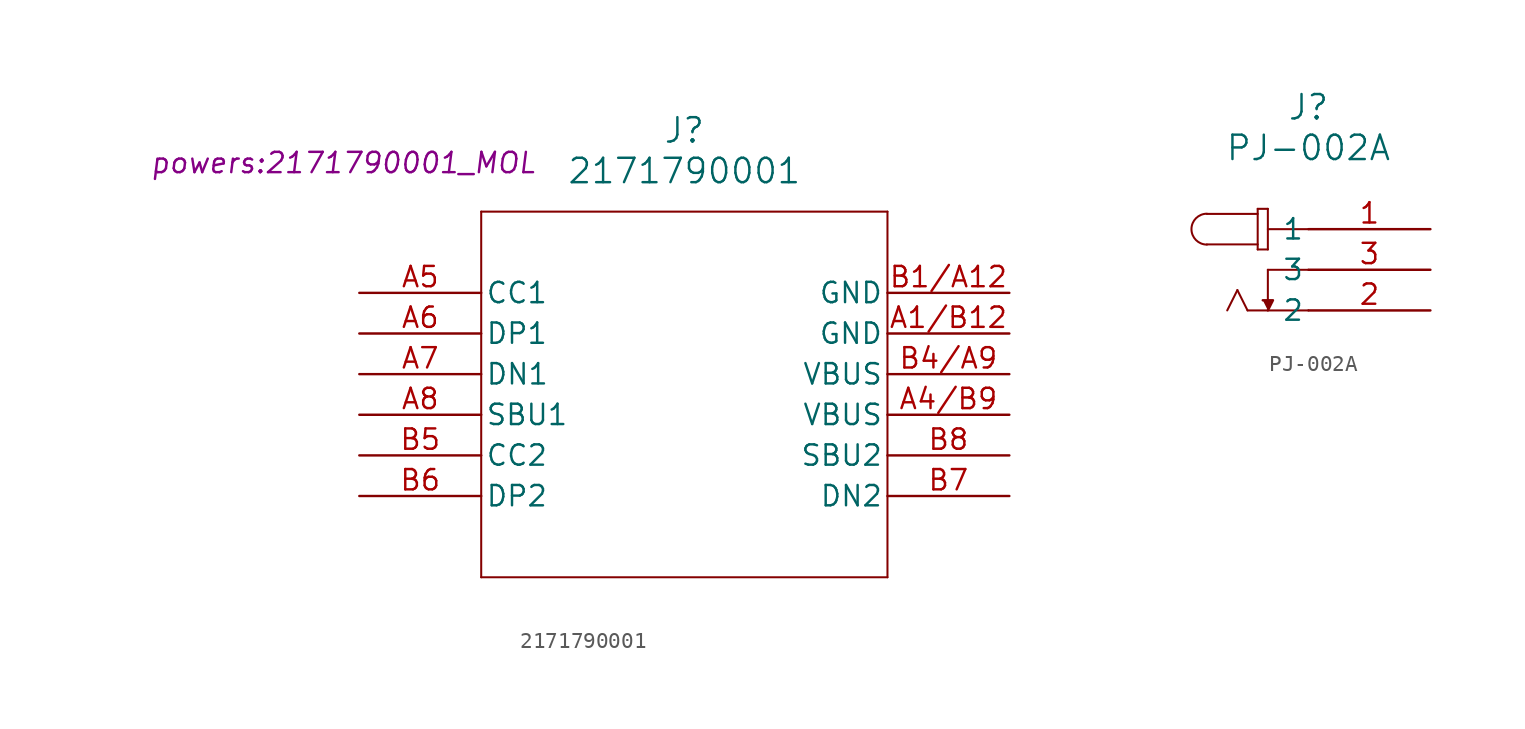
<source format=kicad_sym>
(kicad_symbol_lib
  (version 20231120)
  (generator "kicad_symbol_editor")
  (generator_version "8.0")
  (symbol "2171790001"
    (pin_names
      (offset 0.254))
    (property "Reference" "J"
      (at 20.32 10.16 0)
      (effects (font (size 1.524 1.524))))
    (property "Value" "2171790001"
      (at 20.32 7.62 0)
      (effects (font (size 1.524 1.524))))
    (property "Footprint" "powers:2171790001_MOL"
      (at -1.016 8.128 0)
      (effects (font (size 1.27 1.27) (italic yes))))
    (symbol "2171790001_0_1"
      (polyline (pts (xy 7.62 -17.78) (xy 33.02 -17.78)) (stroke (width 0.127) (type default)) (fill (type none)))
      (polyline (pts (xy 7.62 5.08) (xy 7.62 -17.78)) (stroke (width 0.127) (type default)) (fill (type none)))
      (polyline (pts (xy 33.02 -17.78) (xy 33.02 5.08)) (stroke (width 0.127) (type default)) (fill (type none)))
      (polyline (pts (xy 33.02 5.08) (xy 7.62 5.08)) (stroke (width 0.127) (type default)) (fill (type none)))
      (pin power_out line (at 40.64 -2.54 180) (length 7.62) (name "GND" (effects (font (size 1.27 1.27)))) (number "A1/B12" (effects (font (size 1.27 1.27)))))
      (pin power_in line (at 40.64 -7.62 180) (length 7.62) (name "VBUS" (effects (font (size 1.27 1.27)))) (number "A4/B9" (effects (font (size 1.27 1.27)))))
      (pin bidirectional line (at 0 0 0) (length 7.62) (name "CC1" (effects (font (size 1.27 1.27)))) (number "A5" (effects (font (size 1.27 1.27)))))
      (pin bidirectional line (at 0 -2.54 0) (length 7.62) (name "DP1" (effects (font (size 1.27 1.27)))) (number "A6" (effects (font (size 1.27 1.27)))))
      (pin bidirectional line (at 0 -5.08 0) (length 7.62) (name "DN1" (effects (font (size 1.27 1.27)))) (number "A7" (effects (font (size 1.27 1.27)))))
      (pin bidirectional line (at 0 -7.62 0) (length 7.62) (name "SBU1" (effects (font (size 1.27 1.27)))) (number "A8" (effects (font (size 1.27 1.27)))))
      (pin power_out line (at 40.64 0 180) (length 7.62) (name "GND" (effects (font (size 1.27 1.27)))) (number "B1/A12" (effects (font (size 1.27 1.27)))))
      (pin power_in line (at 40.64 -5.08 180) (length 7.62) (name "VBUS" (effects (font (size 1.27 1.27)))) (number "B4/A9" (effects (font (size 1.27 1.27)))))
      (pin bidirectional line (at 0 -10.16 0) (length 7.62) (name "CC2" (effects (font (size 1.27 1.27)))) (number "B5" (effects (font (size 1.27 1.27)))))
      (pin bidirectional line (at 0 -12.7 0) (length 7.62) (name "DP2" (effects (font (size 1.27 1.27)))) (number "B6" (effects (font (size 1.27 1.27)))))
      (pin bidirectional line (at 40.64 -12.7 180) (length 7.62) (name "DN2" (effects (font (size 1.27 1.27)))) (number "B7" (effects (font (size 1.27 1.27)))))
      (pin bidirectional line (at 40.64 -10.16 180) (length 7.62) (name "SBU2" (effects (font (size 1.27 1.27)))) (number "B8" (effects (font (size 1.27 1.27)))))))
  (symbol "PJ-002A"
    (pin_names
      (offset 0.254))
    (property "Reference" "J"
      (at -7.62 7.62 0)
      (effects (font (size 1.524 1.524))))
    (property "Value" "PJ-002A"
      (at -7.62 5.08 0)
      (effects (font (size 1.524 1.524))))
    (symbol "PJ-002A_0_1"
      (arc (start -13.97 0.9652) (mid -14.9309 0) (end -13.97 -0.9652) (stroke (width 0.127) (type default)) (fill (type none)))
      (polyline (pts (xy -12.065 -3.81) (xy -12.7 -5.08)) (stroke (width 0.127) (type default)) (fill (type none)))
      (polyline (pts (xy -11.43 -5.08) (xy -12.065 -3.81)) (stroke (width 0.127) (type default)) (fill (type none)))
      (polyline (pts (xy -10.795 -0.953) (xy -13.97 -0.953)) (stroke (width 0.127) (type default)) (fill (type none)))
      (polyline (pts (xy -10.795 0.953) (xy -13.97 0.953)) (stroke (width 0.127) (type default)) (fill (type none)))
      (polyline (pts (xy -10.795 1.27) (xy -10.795 -1.27)) (stroke (width 0.127) (type default)) (fill (type none)))
      (polyline (pts (xy -10.795 1.27) (xy -10.16 1.27)) (stroke (width 0.127) (type default)) (fill (type none)))
      (polyline (pts (xy -10.16 -4.445) (xy -10.16 -2.54)) (stroke (width 0.127) (type default)) (fill (type none)))
      (polyline (pts (xy -10.16 -1.27) (xy -10.795 -1.27)) (stroke (width 0.127) (type default)) (fill (type none)))
      (polyline (pts (xy -10.16 1.27) (xy -10.16 -1.27)) (stroke (width 0.127) (type default)) (fill (type none)))
      (polyline (pts (xy -7.62 -5.08) (xy -11.43 -5.08)) (stroke (width 0.127) (type default)) (fill (type none)))
      (polyline (pts (xy -7.62 -2.54) (xy -10.16 -2.54)) (stroke (width 0.127) (type default)) (fill (type none)))
      (polyline (pts (xy -7.62 0) (xy -10.16 0)) (stroke (width 0.127) (type default)) (fill (type none)))
      (polyline (pts (xy -10.16 -5.08) (xy -9.842 -4.445) (xy -10.477 -4.445)) (stroke (width 0) (type default)) (fill (type outline)))
      (pin unspecified line (at 0 0 180) (length 7.62) (name "1" (effects (font (size 1.27 1.27)))) (number "1" (effects (font (size 1.27 1.27)))))
      (pin unspecified line (at 0 -5.08 180) (length 7.62) (name "2" (effects (font (size 1.27 1.27)))) (number "2" (effects (font (size 1.27 1.27)))))
      (pin unspecified line (at 0 -2.54 180) (length 7.62) (name "3" (effects (font (size 1.27 1.27)))) (number "3" (effects (font (size 1.27 1.27))))))))
</source>
